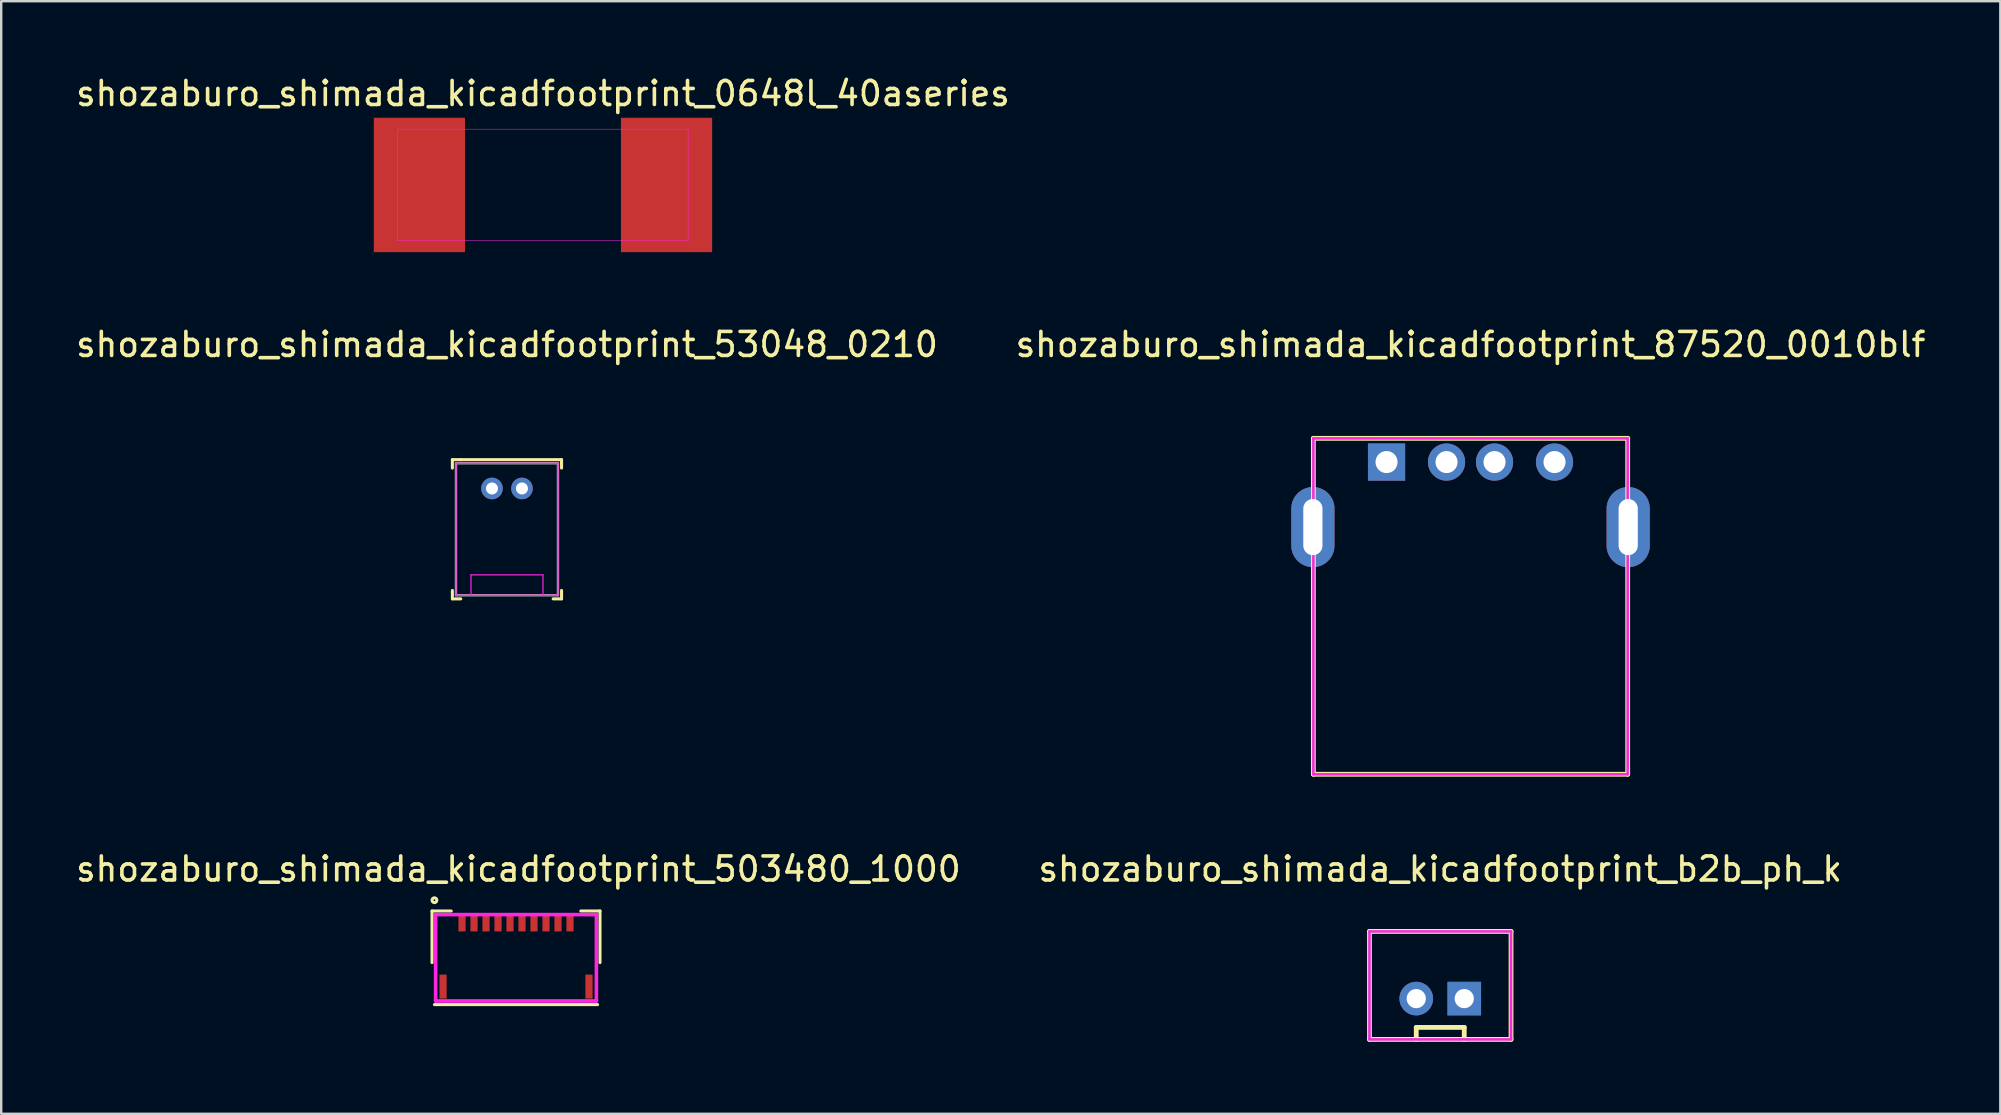
<source format=kicad_pcb>
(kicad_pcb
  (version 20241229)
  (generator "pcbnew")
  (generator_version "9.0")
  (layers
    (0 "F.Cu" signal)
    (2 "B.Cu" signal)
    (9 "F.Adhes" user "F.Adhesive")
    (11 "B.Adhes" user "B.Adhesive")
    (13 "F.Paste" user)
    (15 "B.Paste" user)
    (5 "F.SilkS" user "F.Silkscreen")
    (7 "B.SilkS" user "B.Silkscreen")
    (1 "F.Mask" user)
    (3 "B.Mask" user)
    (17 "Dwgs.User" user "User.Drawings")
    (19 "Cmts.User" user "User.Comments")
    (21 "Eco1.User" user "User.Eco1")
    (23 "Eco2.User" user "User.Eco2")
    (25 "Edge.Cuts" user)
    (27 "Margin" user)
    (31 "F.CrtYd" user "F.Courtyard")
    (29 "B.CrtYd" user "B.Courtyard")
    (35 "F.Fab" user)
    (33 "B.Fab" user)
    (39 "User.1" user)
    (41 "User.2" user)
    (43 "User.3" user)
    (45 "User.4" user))
  (footprint "shozaburo_shimada_kicadfootprint_0648l_40aseries"
    (layer "F.Cu")
    (at 19.577 4.658)
    (property "Reference" "shozaburo_shimada_kicadfootprint_0648l_40aseries" (at 0 -3.81 0) (layer "F.SilkS") (effects (font (size 1 1) (thickness 0.15))))
    (attr smd)
    (fp_line (start -6.05 -2.325) (end 6.05 -2.325) (stroke (width 0.02) (type solid)) (layer "F.CrtYd"))
    (fp_line (start -6.05 2.325) (end -6.05 -2.325) (stroke (width 0.02) (type solid)) (layer "F.CrtYd"))
    (fp_line (start 6.05 -2.325) (end 6.05 2.325) (stroke (width 0.02) (type solid)) (layer "F.CrtYd"))
    (fp_line (start 6.05 2.325) (end -6.05 2.325) (stroke (width 0.02) (type solid)) (layer "F.CrtYd"))
    (pad "1" smd rect (at 5.15 0) (size 3.8 5.6) (layers "F.Cu" "F.Mask" "F.Paste"))
    (pad "2" smd rect (at -5.15 0) (size 3.8 5.6) (layers "F.Cu" "F.Mask" "F.Paste")))
  (footprint "shozaburo_shimada_kicadfootprint_53048_0210"
    (layer "F.Cu")
    (at 18.077 17.306)
    (property "Reference" "shozaburo_shimada_kicadfootprint_53048_0210" (at 0 -6 0) (layer "F.SilkS") (effects (font (size 1 1) (thickness 0.15))))
    (attr through_hole)
    (fp_line (start -2.275 -1.2) (end -2.275 -0.85) (stroke (width 0.127) (type solid)) (layer "F.SilkS"))
    (fp_line (start -2.275 4.25) (end -2.275 4.6) (stroke (width 0.127) (type solid)) (layer "F.SilkS"))
    (fp_line (start -2.275 4.6) (end -1.925 4.6) (stroke (width 0.127) (type solid)) (layer "F.SilkS"))
    (fp_line (start -1.925 -1.2) (end -2.275 -1.2) (stroke (width 0.127) (type solid)) (layer "F.SilkS"))
    (fp_line (start -1.925 -1.2) (end 2.275 -1.2) (stroke (width 0.127) (type solid)) (layer "F.SilkS"))
    (fp_line (start 2.275 -1.2) (end 2.275 -1.05) (stroke (width 0.127) (type solid)) (layer "F.SilkS"))
    (fp_line (start 2.275 -1.05) (end 2.275 -0.85) (stroke (width 0.127) (type solid)) (layer "F.SilkS"))
    (fp_line (start 2.275 4.25) (end 2.275 4.6) (stroke (width 0.127) (type solid)) (layer "F.SilkS"))
    (fp_line (start 2.275 4.6) (end 1.925 4.6) (stroke (width 0.127) (type solid)) (layer "F.SilkS"))
    (fp_line (start -2.125 -1.05) (end -2.125 4.45) (stroke (width 0.05) (type solid)) (layer "F.CrtYd"))
    (fp_line (start -2.125 4.45) (end 2.125 4.45) (stroke (width 0.05) (type solid)) (layer "F.CrtYd"))
    (fp_line (start -1.5 3.6) (end 1.5 3.6) (stroke (width 0.05) (type solid)) (layer "F.CrtYd"))
    (fp_line (start -1.5 4.45) (end -1.5 3.6) (stroke (width 0.05) (type solid)) (layer "F.CrtYd"))
    (fp_line (start 1.5 3.6) (end 1.5 4.45) (stroke (width 0.05) (type solid)) (layer "F.CrtYd"))
    (fp_line (start 2.125 -1.05) (end -2.125 -1.05) (stroke (width 0.05) (type solid)) (layer "F.CrtYd"))
    (fp_line (start 2.125 4.45) (end 2.125 -1.05) (stroke (width 0.05) (type solid)) (layer "F.CrtYd"))
    (fp_line (start -2.125 -1.05) (end -2.125 4.45) (stroke (width 0.1) (type solid)) (layer "F.Fab"))
    (fp_line (start -2.125 4.45) (end 2.125 4.45) (stroke (width 0.1) (type solid)) (layer "F.Fab"))
    (fp_line (start 2.125 -1.05) (end -2.125 -1.05) (stroke (width 0.1) (type solid)) (layer "F.Fab"))
    (fp_line (start 2.125 4.45) (end 2.125 -1.05) (stroke (width 0.1) (type solid)) (layer "F.Fab"))
    (pad "1" thru_hole circle (at -0.625 0) (size 0.9 0.9) (drill 0.5) (layers "*.Cu" "*.Mask"))
    (pad "2" thru_hole circle (at 0.625 0) (size 0.9 0.9) (drill 0.5) (layers "*.Cu" "*.Mask")))
  (footprint "shozaburo_shimada_kicadfootprint_b2b_ph_k"
    (layer "F.Cu")
    (at 56.97 38.565)
    (property "Reference" "shozaburo_shimada_kicadfootprint_b2b_ph_k" (at 0 -5.4 0) (layer "F.SilkS") (effects (font (size 1 1) (thickness 0.15))))
    (attr through_hole)
    (fp_line (start -2.95 -2.8) (end -2.95 1.7) (stroke (width 0.2) (type solid)) (layer "F.SilkS"))
    (fp_line (start -2.95 1.7) (end 2.95 1.7) (stroke (width 0.2) (type solid)) (layer "F.SilkS"))
    (fp_line (start -1 1.2) (end 1 1.2) (stroke (width 0.2) (type solid)) (layer "F.SilkS"))
    (fp_line (start -1 1.7) (end -1 1.2) (stroke (width 0.2) (type solid)) (layer "F.SilkS"))
    (fp_line (start 1 1.2) (end 1 1.7) (stroke (width 0.2) (type solid)) (layer "F.SilkS"))
    (fp_line (start 2.95 -2.8) (end -2.95 -2.8) (stroke (width 0.2) (type solid)) (layer "F.SilkS"))
    (fp_line (start 2.95 1.7) (end 2.95 -2.8) (stroke (width 0.2) (type solid)) (layer "F.SilkS"))
    (fp_line (start -2.95 -2.8) (end -2.95 1.7) (stroke (width 0.1) (type solid)) (layer "F.CrtYd"))
    (fp_line (start -2.95 1.7) (end 2.95 1.7) (stroke (width 0.1) (type solid)) (layer "F.CrtYd"))
    (fp_line (start 2.95 -2.8) (end -2.95 -2.8) (stroke (width 0.1) (type solid)) (layer "F.CrtYd"))
    (fp_line (start 2.95 1.7) (end 2.95 -2.8) (stroke (width 0.1) (type solid)) (layer "F.CrtYd"))
    (fp_line (start -2.95 -2.8) (end -2.95 1.7) (stroke (width 0.1) (type solid)) (layer "F.Fab"))
    (fp_line (start -2.95 1.7) (end 2.95 1.7) (stroke (width 0.1) (type solid)) (layer "F.Fab"))
    (fp_line (start 2.95 -2.8) (end -2.95 -2.8) (stroke (width 0.1) (type solid)) (layer "F.Fab"))
    (fp_line (start 2.95 1.7) (end 2.95 -2.8) (stroke (width 0.1) (type solid)) (layer "F.Fab"))
    (pad "1" thru_hole rect (at 1 0) (size 1.4 1.4) (drill 0.8) (layers "*.Cu" "*.Mask"))
    (pad "2" thru_hole circle (at -1 0) (size 1.4 1.4) (drill 0.8) (layers "*.Cu" "*.Mask")))
  (footprint "shozaburo_shimada_kicadfootprint_87520_0010blf"
    (layer "F.Cu")
    (at 58.232 18.916)
    (property "Reference" "shozaburo_shimada_kicadfootprint_87520_0010blf" (at 0 -7.61 0) (layer "F.SilkS") (effects (font (size 1 1) (thickness 0.15))))
    (attr through_hole)
    (fp_line (start -6.55 -3.7) (end 6.55 -3.7) (stroke (width 0.2) (type solid)) (layer "F.SilkS"))
    (fp_line (start -6.55 10.3) (end -6.55 -3.7) (stroke (width 0.2) (type solid)) (layer "F.SilkS"))
    (fp_line (start 6.55 -3.7) (end 6.55 10.3) (stroke (width 0.2) (type solid)) (layer "F.SilkS"))
    (fp_line (start 6.55 10.3) (end -6.55 10.3) (stroke (width 0.2) (type solid)) (layer "F.SilkS"))
    (fp_line (start -6.55 -3.7) (end 6.55 -3.7) (stroke (width 0.1) (type solid)) (layer "F.CrtYd"))
    (fp_line (start -6.55 10.3) (end -6.55 -3.7) (stroke (width 0.1) (type solid)) (layer "F.CrtYd"))
    (fp_line (start 6.55 -3.7) (end 6.55 10.3) (stroke (width 0.1) (type solid)) (layer "F.CrtYd"))
    (fp_line (start 6.55 10.3) (end -6.55 10.3) (stroke (width 0.1) (type solid)) (layer "F.CrtYd"))
    (fp_line (start -6.55 -3.7) (end 6.55 -3.7) (stroke (width 0.1) (type solid)) (layer "F.Fab"))
    (fp_line (start -6.55 10.3) (end -6.55 -3.7) (stroke (width 0.1) (type solid)) (layer "F.Fab"))
    (fp_line (start 6.55 -3.7) (end 6.55 10.3) (stroke (width 0.1) (type solid)) (layer "F.Fab"))
    (fp_line (start 6.55 10.3) (end -6.55 10.3) (stroke (width 0.1) (type solid)) (layer "F.Fab"))
    (pad "1" thru_hole rect (at -3.5 -2.71) (size 1.55 1.55) (drill 0.92) (layers "*.Cu" "*.Mask"))
    (pad "2" thru_hole circle (at -1 -2.71) (size 1.55 1.55) (drill 0.92) (layers "*.Cu" "*.Mask"))
    (pad "3" thru_hole circle (at 1 -2.71) (size 1.55 1.55) (drill 0.92) (layers "*.Cu" "*.Mask"))
    (pad "4" thru_hole circle (at 3.5 -2.71) (size 1.55 1.55) (drill 0.92) (layers "*.Cu" "*.Mask"))
    (pad "5" thru_hole oval (at -6.57 0) (size 1.8 3.34) (drill oval 0.8 2.34) (layers "*.Cu" "*.Mask"))
    (pad "6" thru_hole oval (at 6.57 0) (size 1.8 3.34) (drill oval 0.8 2.34) (layers "*.Cu" "*.Mask")))
  (footprint "shozaburo_shimada_kicadfootprint_503480_1000"
    (layer "F.Cu")
    (at 18.454 35.065)
    (property "Reference" "shozaburo_shimada_kicadfootprint_503480_1000" (at 0.1 -1.9 0) (layer "F.SilkS") (effects (font (size 1 1) (thickness 0.15))))
    (attr smd)
    (fp_line (start -3.5 -0.15) (end -3.5 2) (stroke (width 0.127) (type solid)) (layer "F.SilkS"))
    (fp_line (start -3.5 -0.15) (end -2.7 -0.15) (stroke (width 0.127) (type solid)) (layer "F.SilkS"))
    (fp_line (start -3.4 3.75) (end 3.4 3.75) (stroke (width 0.127) (type solid)) (layer "F.SilkS"))
    (fp_line (start 3.5 -0.15) (end 2.7 -0.15) (stroke (width 0.127) (type solid)) (layer "F.SilkS"))
    (fp_line (start 3.5 -0.15) (end 3.5 2) (stroke (width 0.127) (type solid)) (layer "F.SilkS"))
    (fp_circle (center -3.4 -0.6) (end -3.4 -0.7) (stroke (width 0.127) (type solid)) (fill no) (layer "F.SilkS"))
    (fp_line (start -3.35 0) (end 3.35 0) (stroke (width 0.15) (type solid)) (layer "F.CrtYd"))
    (fp_line (start -3.35 3.6) (end -3.35 0) (stroke (width 0.15) (type solid)) (layer "F.CrtYd"))
    (fp_line (start 3.35 0) (end 3.35 3.6) (stroke (width 0.15) (type solid)) (layer "F.CrtYd"))
    (fp_line (start 3.35 3.6) (end -3.35 3.6) (stroke (width 0.15) (type solid)) (layer "F.CrtYd"))
    (fp_line (start -3.35 0) (end 3.35 0) (stroke (width 0.1) (type solid)) (layer "F.Fab"))
    (fp_line (start -3.35 3.6) (end -3.35 0) (stroke (width 0.1) (type solid)) (layer "F.Fab"))
    (fp_line (start 3.35 0) (end 3.35 3.6) (stroke (width 0.1) (type solid)) (layer "F.Fab"))
    (fp_line (start 3.35 3.6) (end -3.35 3.6) (stroke (width 0.1) (type solid)) (layer "F.Fab"))
    (pad "1" smd rect (at -2.25 0.35) (size 0.3 0.7) (layers "F.Cu" "F.Mask" "F.Paste"))
    (pad "2" smd rect (at -1.75 0.35) (size 0.3 0.7) (layers "F.Cu" "F.Mask" "F.Paste"))
    (pad "3" smd rect (at -1.25 0.35) (size 0.3 0.7) (layers "F.Cu" "F.Mask" "F.Paste"))
    (pad "4" smd rect (at -0.75 0.35) (size 0.3 0.7) (layers "F.Cu" "F.Mask" "F.Paste"))
    (pad "5" smd rect (at -0.25 0.35) (size 0.3 0.7) (layers "F.Cu" "F.Mask" "F.Paste"))
    (pad "6" smd rect (at 0.25 0.35) (size 0.3 0.7) (layers "F.Cu" "F.Mask" "F.Paste"))
    (pad "7" smd rect (at 0.75 0.35) (size 0.3 0.7) (layers "F.Cu" "F.Mask" "F.Paste"))
    (pad "8" smd rect (at 1.25 0.35) (size 0.3 0.7) (layers "F.Cu" "F.Mask" "F.Paste"))
    (pad "9" smd rect (at 1.75 0.35) (size 0.3 0.7) (layers "F.Cu" "F.Mask" "F.Paste"))
    (pad "10" smd rect (at 2.25 0.35) (size 0.3 0.7) (layers "F.Cu" "F.Mask" "F.Paste"))
    (pad "A1" smd rect (at -3.04 3) (size 0.3 1) (layers "F.Cu" "F.Mask" "F.Paste"))
    (pad "B1" smd rect (at 3.04 3) (size 0.3 1) (layers "F.Cu" "F.Mask" "F.Paste")))
  (gr_rect
    (start -3 -3)
    (end 80.31 43.365)
    (stroke (width 0.1) (type default))
    (fill no)
    (layer "Edge.Cuts")))
</source>
